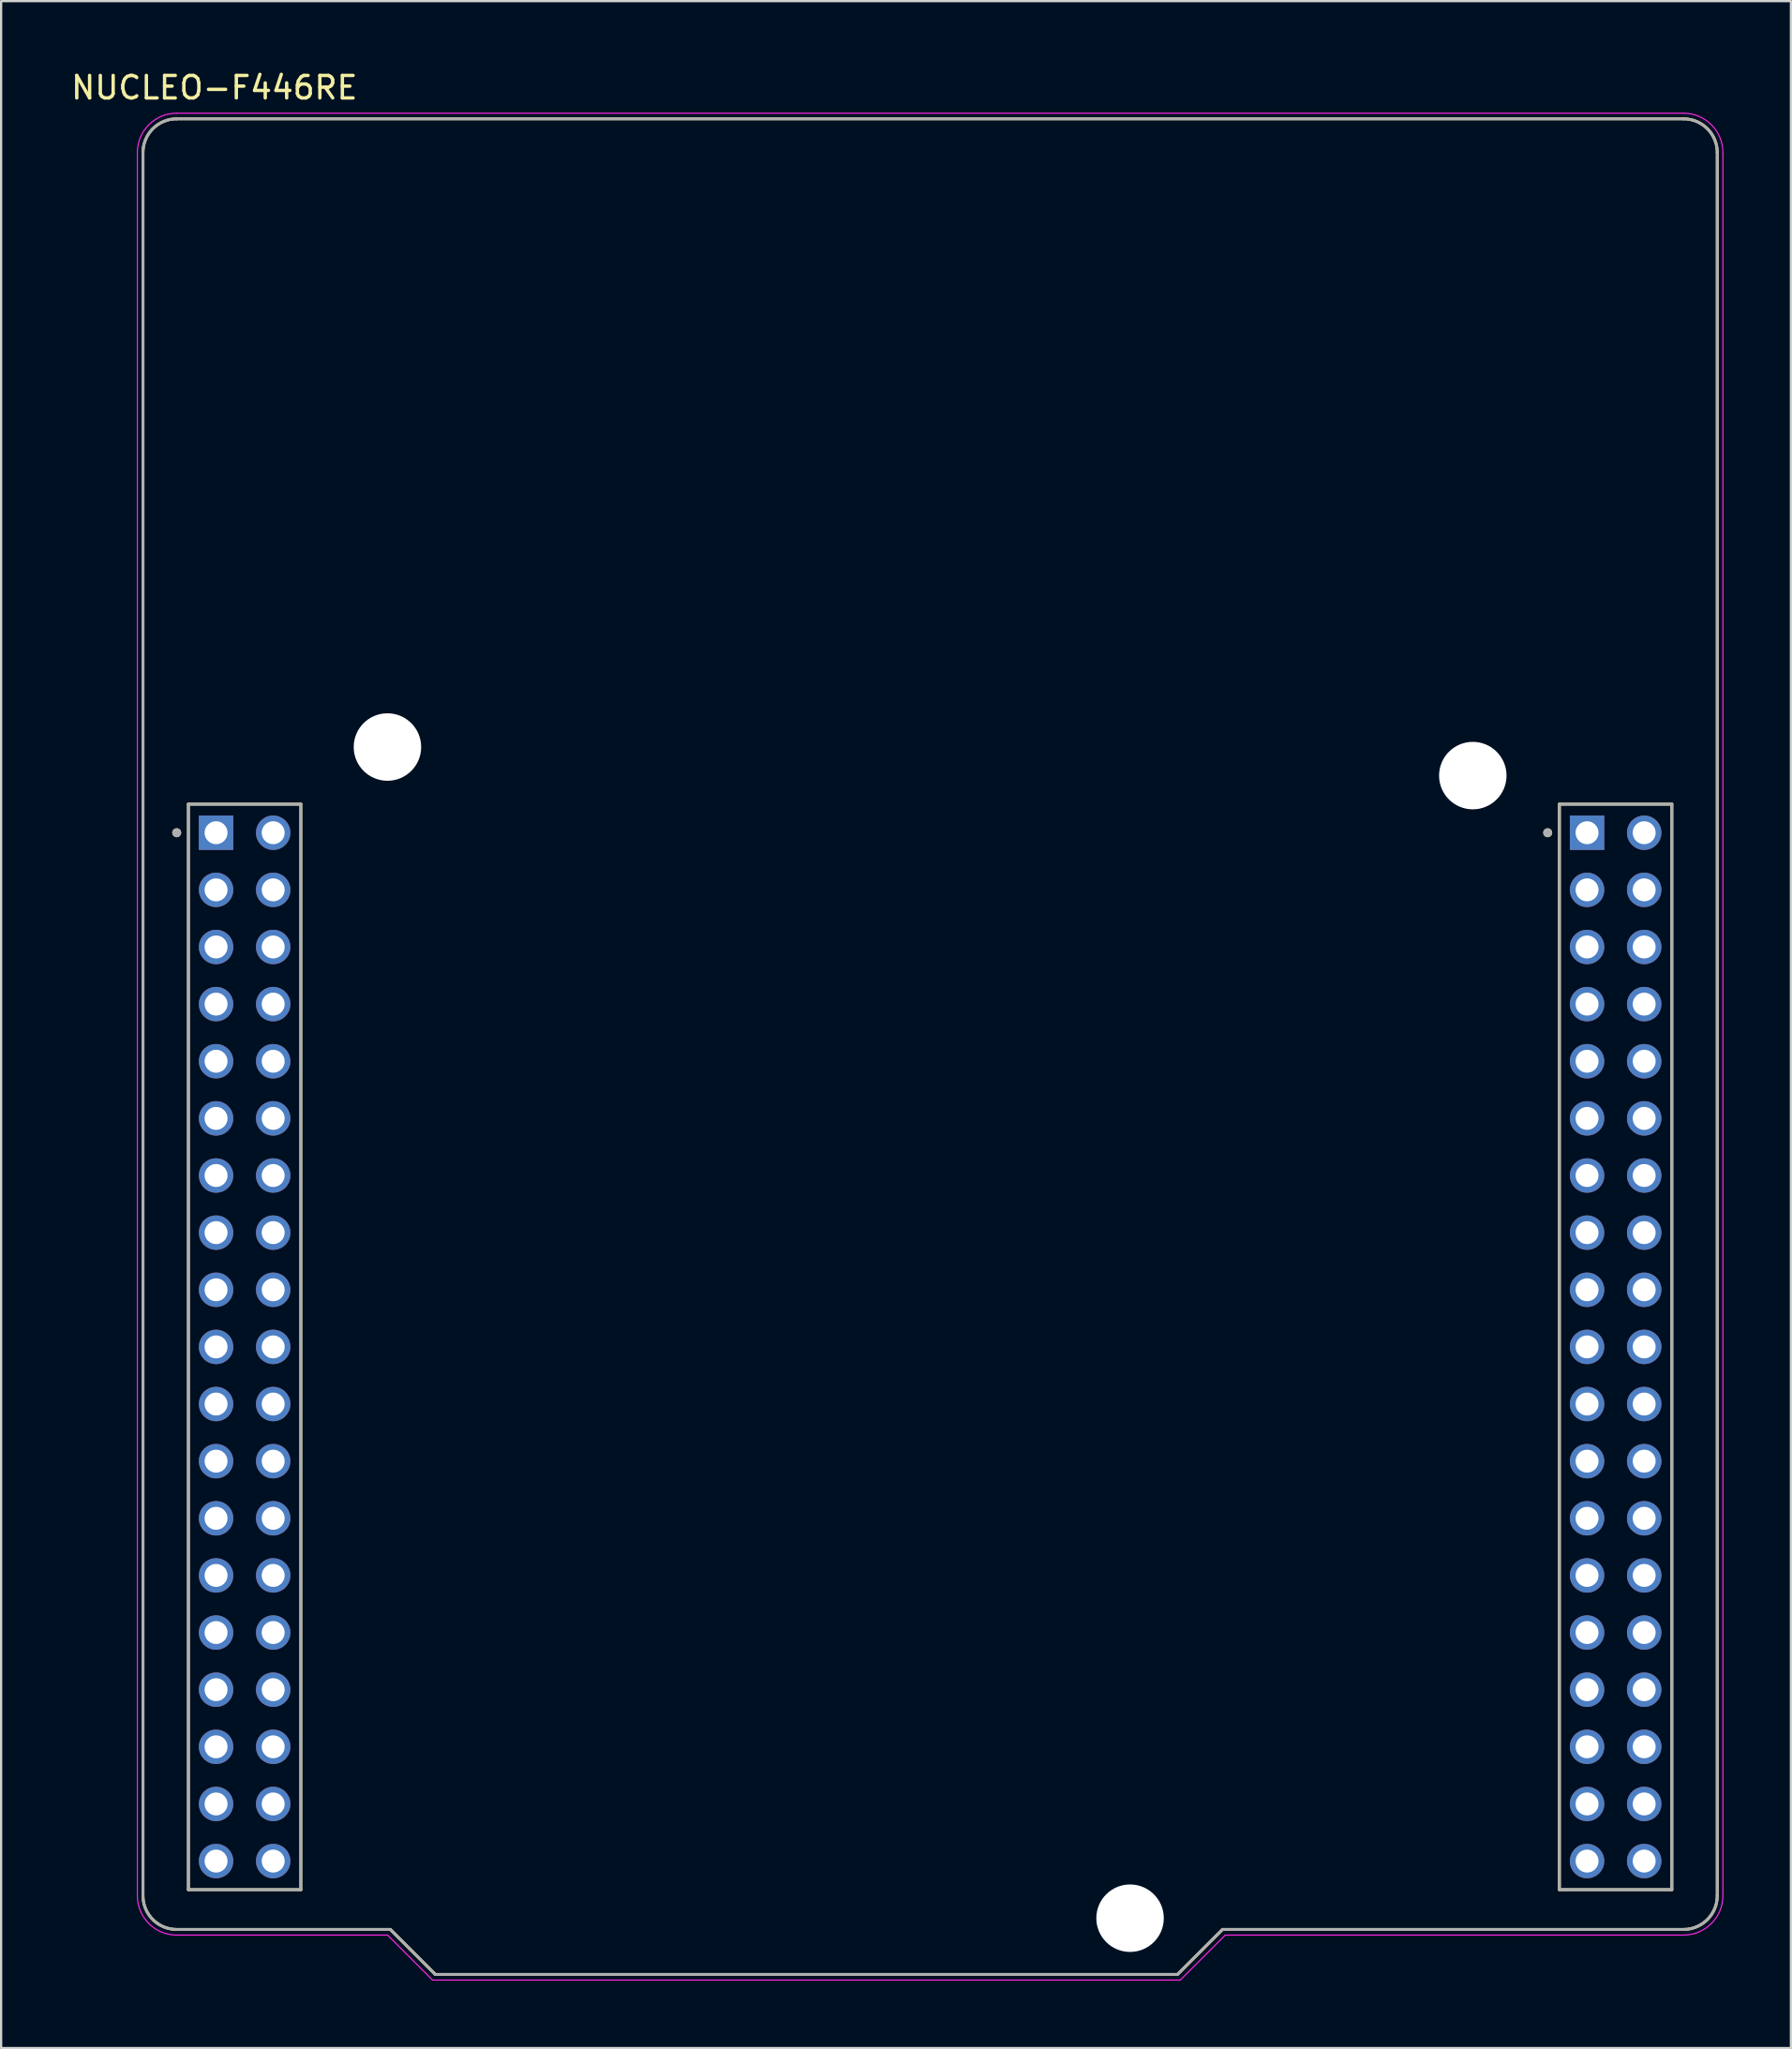
<source format=kicad_pcb>
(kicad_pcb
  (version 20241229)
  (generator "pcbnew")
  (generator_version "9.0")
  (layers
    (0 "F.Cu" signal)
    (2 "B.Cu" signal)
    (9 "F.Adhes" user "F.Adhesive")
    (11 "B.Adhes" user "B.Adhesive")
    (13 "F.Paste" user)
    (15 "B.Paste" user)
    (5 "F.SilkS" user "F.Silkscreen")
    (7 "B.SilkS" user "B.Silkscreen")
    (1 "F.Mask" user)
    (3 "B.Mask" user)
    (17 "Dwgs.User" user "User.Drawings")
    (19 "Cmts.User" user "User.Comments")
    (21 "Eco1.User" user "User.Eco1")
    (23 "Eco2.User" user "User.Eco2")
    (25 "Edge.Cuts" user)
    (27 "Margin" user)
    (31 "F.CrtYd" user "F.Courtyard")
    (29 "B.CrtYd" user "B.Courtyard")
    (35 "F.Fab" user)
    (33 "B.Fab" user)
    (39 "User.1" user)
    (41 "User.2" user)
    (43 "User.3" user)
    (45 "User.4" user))
  (footprint "NUCLEO-F446RE"
    (layer "F.Cu")
    (at 38.307 43.483)
    (property "Reference" "NUCLEO-F446RE" (at -31.825 -42.635 0) (layer "F.SilkS") (effects (font (size 1 1) (thickness 0.15))))
    (attr through_hole)
    (fp_line (start -35 37.75) (end -35 -39.75) (stroke (width 0.127) (type solid)) (layer "F.SilkS"))
    (fp_line (start -33.5 -41.25) (end 33.5 -41.25) (stroke (width 0.127) (type solid)) (layer "F.SilkS"))
    (fp_line (start -32.98 -10.78) (end -32.98 37.48) (stroke (width 0.127) (type solid)) (layer "F.SilkS"))
    (fp_line (start -32.98 37.48) (end -27.98 37.48) (stroke (width 0.127) (type solid)) (layer "F.SilkS"))
    (fp_line (start -27.98 -10.78) (end -32.98 -10.78) (stroke (width 0.127) (type solid)) (layer "F.SilkS"))
    (fp_line (start -27.98 37.48) (end -27.98 -10.78) (stroke (width 0.127) (type solid)) (layer "F.SilkS"))
    (fp_line (start -24 39.25) (end -33.5 39.25) (stroke (width 0.127) (type solid)) (layer "F.SilkS"))
    (fp_line (start -22 41.25) (end -24 39.25) (stroke (width 0.127) (type solid)) (layer "F.SilkS"))
    (fp_line (start 11 41.25) (end -22 41.25) (stroke (width 0.127) (type solid)) (layer "F.SilkS"))
    (fp_line (start 13 39.25) (end 11 41.25) (stroke (width 0.127) (type solid)) (layer "F.SilkS"))
    (fp_line (start 27.98 -10.78) (end 27.98 37.48) (stroke (width 0.127) (type solid)) (layer "F.SilkS"))
    (fp_line (start 27.98 37.48) (end 32.98 37.48) (stroke (width 0.127) (type solid)) (layer "F.SilkS"))
    (fp_line (start 32.98 -10.78) (end 27.98 -10.78) (stroke (width 0.127) (type solid)) (layer "F.SilkS"))
    (fp_line (start 32.98 37.48) (end 32.98 -10.78) (stroke (width 0.127) (type solid)) (layer "F.SilkS"))
    (fp_line (start 33.5 39.25) (end 13 39.25) (stroke (width 0.127) (type solid)) (layer "F.SilkS"))
    (fp_line (start 35 -39.75) (end 35 37.75) (stroke (width 0.127) (type solid)) (layer "F.SilkS"))
    (fp_arc (start -35 -39.75) (mid -34.56066 -40.81066) (end -33.5 -41.25) (stroke (width 0.127) (type solid)) (layer "F.SilkS"))
    (fp_arc (start -33.5 39.25) (mid -34.56066 38.81066) (end -35 37.75) (stroke (width 0.127) (type solid)) (layer "F.SilkS"))
    (fp_arc (start 33.5 -41.25) (mid 34.56066 -40.81066) (end 35 -39.75) (stroke (width 0.127) (type solid)) (layer "F.SilkS"))
    (fp_arc (start 35 37.75) (mid 34.56066 38.81066) (end 33.5 39.25) (stroke (width 0.127) (type solid)) (layer "F.SilkS"))
    (fp_circle (center -33.5 -9.51) (end -33.4 -9.51) (stroke (width 0.2) (type solid)) (fill no) (layer "F.SilkS"))
    (fp_circle (center 27.46 -9.51) (end 27.56 -9.51) (stroke (width 0.2) (type solid)) (fill no) (layer "F.SilkS"))
    (fp_line (start -35.25 37.75) (end -35.25 -39.75) (stroke (width 0.05) (type solid)) (layer "F.CrtYd"))
    (fp_line (start -33.5 -41.5) (end 33.5 -41.5) (stroke (width 0.05) (type solid)) (layer "F.CrtYd"))
    (fp_line (start -24.125 39.5) (end -33.5 39.5) (stroke (width 0.05) (type solid)) (layer "F.CrtYd"))
    (fp_line (start -22.125 41.5) (end -24.125 39.5) (stroke (width 0.05) (type solid)) (layer "F.CrtYd"))
    (fp_line (start 11.125 41.5) (end -22.125 41.5) (stroke (width 0.05) (type solid)) (layer "F.CrtYd"))
    (fp_line (start 13.125 39.5) (end 11.125 41.5) (stroke (width 0.05) (type solid)) (layer "F.CrtYd"))
    (fp_line (start 33.5 39.5) (end 13.125 39.5) (stroke (width 0.05) (type solid)) (layer "F.CrtYd"))
    (fp_line (start 35.25 -39.75) (end 35.25 37.75) (stroke (width 0.05) (type solid)) (layer "F.CrtYd"))
    (fp_arc (start -35.25 -39.75) (mid -34.737437 -40.987437) (end -33.5 -41.5) (stroke (width 0.05) (type solid)) (layer "F.CrtYd"))
    (fp_arc (start -33.5 39.5) (mid -34.737437 38.987437) (end -35.25 37.75) (stroke (width 0.05) (type solid)) (layer "F.CrtYd"))
    (fp_arc (start 33.5 -41.5) (mid 34.737437 -40.987437) (end 35.25 -39.75) (stroke (width 0.05) (type solid)) (layer "F.CrtYd"))
    (fp_arc (start 35.25 37.75) (mid 34.737437 38.987437) (end 33.5 39.5) (stroke (width 0.05) (type solid)) (layer "F.CrtYd"))
    (fp_line (start -35 37.75) (end -35 -39.75) (stroke (width 0.127) (type solid)) (layer "F.Fab"))
    (fp_line (start -33.5 -41.25) (end 33.5 -41.25) (stroke (width 0.127) (type solid)) (layer "F.Fab"))
    (fp_line (start -32.98 -10.78) (end -32.98 37.48) (stroke (width 0.127) (type solid)) (layer "F.Fab"))
    (fp_line (start -32.98 37.48) (end -27.98 37.48) (stroke (width 0.127) (type solid)) (layer "F.Fab"))
    (fp_line (start -27.98 -10.78) (end -32.98 -10.78) (stroke (width 0.127) (type solid)) (layer "F.Fab"))
    (fp_line (start -27.98 37.48) (end -27.98 -10.78) (stroke (width 0.127) (type solid)) (layer "F.Fab"))
    (fp_line (start -24 39.25) (end -33.5 39.25) (stroke (width 0.127) (type solid)) (layer "F.Fab"))
    (fp_line (start -22 41.25) (end -24 39.25) (stroke (width 0.127) (type solid)) (layer "F.Fab"))
    (fp_line (start 11 41.25) (end -22 41.25) (stroke (width 0.127) (type solid)) (layer "F.Fab"))
    (fp_line (start 13 39.25) (end 11 41.25) (stroke (width 0.127) (type solid)) (layer "F.Fab"))
    (fp_line (start 27.98 -10.78) (end 27.98 37.48) (stroke (width 0.127) (type solid)) (layer "F.Fab"))
    (fp_line (start 27.98 37.48) (end 32.98 37.48) (stroke (width 0.127) (type solid)) (layer "F.Fab"))
    (fp_line (start 32.98 -10.78) (end 27.98 -10.78) (stroke (width 0.127) (type solid)) (layer "F.Fab"))
    (fp_line (start 32.98 37.48) (end 32.98 -10.78) (stroke (width 0.127) (type solid)) (layer "F.Fab"))
    (fp_line (start 33.5 39.25) (end 13 39.25) (stroke (width 0.127) (type solid)) (layer "F.Fab"))
    (fp_line (start 35 -39.75) (end 35 37.75) (stroke (width 0.127) (type solid)) (layer "F.Fab"))
    (fp_arc (start -35 -39.75) (mid -34.56066 -40.81066) (end -33.5 -41.25) (stroke (width 0.127) (type solid)) (layer "F.Fab"))
    (fp_arc (start -33.5 39.25) (mid -34.56066 38.81066) (end -35 37.75) (stroke (width 0.127) (type solid)) (layer "F.Fab"))
    (fp_arc (start 33.5 -41.25) (mid 34.56066 -40.81066) (end 35 -39.75) (stroke (width 0.127) (type solid)) (layer "F.Fab"))
    (fp_arc (start 35 37.75) (mid 34.56066 38.81066) (end 33.5 39.25) (stroke (width 0.127) (type solid)) (layer "F.Fab"))
    (fp_circle (center -33.5 -9.51) (end -33.4 -9.51) (stroke (width 0.2) (type solid)) (fill no) (layer "F.Fab"))
    (fp_circle (center 27.46 -9.51) (end 27.56 -9.51) (stroke (width 0.2) (type solid)) (fill no) (layer "F.Fab"))
    (pad "" np_thru_hole circle (at -24.13 -13.32) (size 3 3) (drill 3) (layers "*.Cu" "*.Mask"))
    (pad "" np_thru_hole circle (at 8.89 38.75) (size 3 3) (drill 3) (layers "*.Cu" "*.Mask"))
    (pad "" np_thru_hole circle (at 24.13 -12.05) (size 3 3) (drill 3) (layers "*.Cu" "*.Mask"))
    (pad "CN7_1" thru_hole rect (at -31.75 -9.51) (size 1.53 1.53) (drill 1.02) (layers "*.Cu" "*.Mask"))
    (pad "CN7_2" thru_hole circle (at -29.21 -9.51) (size 1.53 1.53) (drill 1.02) (layers "*.Cu" "*.Mask"))
    (pad "CN7_3" thru_hole circle (at -31.75 -6.97) (size 1.53 1.53) (drill 1.02) (layers "*.Cu" "*.Mask"))
    (pad "CN7_4" thru_hole circle (at -29.21 -6.97) (size 1.53 1.53) (drill 1.02) (layers "*.Cu" "*.Mask"))
    (pad "CN7_5" thru_hole circle (at -31.75 -4.43) (size 1.53 1.53) (drill 1.02) (layers "*.Cu" "*.Mask"))
    (pad "CN7_6" thru_hole circle (at -29.21 -4.43) (size 1.53 1.53) (drill 1.02) (layers "*.Cu" "*.Mask"))
    (pad "CN7_7" thru_hole circle (at -31.75 -1.89) (size 1.53 1.53) (drill 1.02) (layers "*.Cu" "*.Mask"))
    (pad "CN7_8" thru_hole circle (at -29.21 -1.89) (size 1.53 1.53) (drill 1.02) (layers "*.Cu" "*.Mask"))
    (pad "CN7_9" thru_hole circle (at -31.75 0.65) (size 1.53 1.53) (drill 1.02) (layers "*.Cu" "*.Mask"))
    (pad "CN7_10" thru_hole circle (at -29.21 0.65) (size 1.53 1.53) (drill 1.02) (layers "*.Cu" "*.Mask"))
    (pad "CN7_11" thru_hole circle (at -31.75 3.19) (size 1.53 1.53) (drill 1.02) (layers "*.Cu" "*.Mask"))
    (pad "CN7_12" thru_hole circle (at -29.21 3.19) (size 1.53 1.53) (drill 1.02) (layers "*.Cu" "*.Mask"))
    (pad "CN7_13" thru_hole circle (at -31.75 5.73) (size 1.53 1.53) (drill 1.02) (layers "*.Cu" "*.Mask"))
    (pad "CN7_14" thru_hole circle (at -29.21 5.73) (size 1.53 1.53) (drill 1.02) (layers "*.Cu" "*.Mask"))
    (pad "CN7_15" thru_hole circle (at -31.75 8.27) (size 1.53 1.53) (drill 1.02) (layers "*.Cu" "*.Mask"))
    (pad "CN7_16" thru_hole circle (at -29.21 8.27) (size 1.53 1.53) (drill 1.02) (layers "*.Cu" "*.Mask"))
    (pad "CN7_17" thru_hole circle (at -31.75 10.81) (size 1.53 1.53) (drill 1.02) (layers "*.Cu" "*.Mask"))
    (pad "CN7_18" thru_hole circle (at -29.21 10.81) (size 1.53 1.53) (drill 1.02) (layers "*.Cu" "*.Mask"))
    (pad "CN7_19" thru_hole circle (at -31.75 13.35) (size 1.53 1.53) (drill 1.02) (layers "*.Cu" "*.Mask"))
    (pad "CN7_20" thru_hole circle (at -29.21 13.35) (size 1.53 1.53) (drill 1.02) (layers "*.Cu" "*.Mask"))
    (pad "CN7_21" thru_hole circle (at -31.75 15.89) (size 1.53 1.53) (drill 1.02) (layers "*.Cu" "*.Mask"))
    (pad "CN7_22" thru_hole circle (at -29.21 15.89) (size 1.53 1.53) (drill 1.02) (layers "*.Cu" "*.Mask"))
    (pad "CN7_23" thru_hole circle (at -31.75 18.43) (size 1.53 1.53) (drill 1.02) (layers "*.Cu" "*.Mask"))
    (pad "CN7_24" thru_hole circle (at -29.21 18.43) (size 1.53 1.53) (drill 1.02) (layers "*.Cu" "*.Mask"))
    (pad "CN7_25" thru_hole circle (at -31.75 20.97) (size 1.53 1.53) (drill 1.02) (layers "*.Cu" "*.Mask"))
    (pad "CN7_26" thru_hole circle (at -29.21 20.97) (size 1.53 1.53) (drill 1.02) (layers "*.Cu" "*.Mask"))
    (pad "CN7_27" thru_hole circle (at -31.75 23.51) (size 1.53 1.53) (drill 1.02) (layers "*.Cu" "*.Mask"))
    (pad "CN7_28" thru_hole circle (at -29.21 23.51) (size 1.53 1.53) (drill 1.02) (layers "*.Cu" "*.Mask"))
    (pad "CN7_29" thru_hole circle (at -31.75 26.05) (size 1.53 1.53) (drill 1.02) (layers "*.Cu" "*.Mask"))
    (pad "CN7_30" thru_hole circle (at -29.21 26.05) (size 1.53 1.53) (drill 1.02) (layers "*.Cu" "*.Mask"))
    (pad "CN7_31" thru_hole circle (at -31.75 28.59) (size 1.53 1.53) (drill 1.02) (layers "*.Cu" "*.Mask"))
    (pad "CN7_32" thru_hole circle (at -29.21 28.59) (size 1.53 1.53) (drill 1.02) (layers "*.Cu" "*.Mask"))
    (pad "CN7_33" thru_hole circle (at -31.75 31.13) (size 1.53 1.53) (drill 1.02) (layers "*.Cu" "*.Mask"))
    (pad "CN7_34" thru_hole circle (at -29.21 31.13) (size 1.53 1.53) (drill 1.02) (layers "*.Cu" "*.Mask"))
    (pad "CN7_35" thru_hole circle (at -31.75 33.67) (size 1.53 1.53) (drill 1.02) (layers "*.Cu" "*.Mask"))
    (pad "CN7_36" thru_hole circle (at -29.21 33.67) (size 1.53 1.53) (drill 1.02) (layers "*.Cu" "*.Mask"))
    (pad "CN7_37" thru_hole circle (at -31.75 36.21) (size 1.53 1.53) (drill 1.02) (layers "*.Cu" "*.Mask"))
    (pad "CN7_38" thru_hole circle (at -29.21 36.21) (size 1.53 1.53) (drill 1.02) (layers "*.Cu" "*.Mask"))
    (pad "CN10_1" thru_hole rect (at 29.21 -9.51) (size 1.53 1.53) (drill 1.02) (layers "*.Cu" "*.Mask"))
    (pad "CN10_2" thru_hole circle (at 31.75 -9.51) (size 1.53 1.53) (drill 1.02) (layers "*.Cu" "*.Mask"))
    (pad "CN10_3" thru_hole circle (at 29.21 -6.97) (size 1.53 1.53) (drill 1.02) (layers "*.Cu" "*.Mask"))
    (pad "CN10_4" thru_hole circle (at 31.75 -6.97) (size 1.53 1.53) (drill 1.02) (layers "*.Cu" "*.Mask"))
    (pad "CN10_5" thru_hole circle (at 29.21 -4.43) (size 1.53 1.53) (drill 1.02) (layers "*.Cu" "*.Mask"))
    (pad "CN10_6" thru_hole circle (at 31.75 -4.43) (size 1.53 1.53) (drill 1.02) (layers "*.Cu" "*.Mask"))
    (pad "CN10_7" thru_hole circle (at 29.21 -1.89) (size 1.53 1.53) (drill 1.02) (layers "*.Cu" "*.Mask"))
    (pad "CN10_8" thru_hole circle (at 31.75 -1.89) (size 1.53 1.53) (drill 1.02) (layers "*.Cu" "*.Mask"))
    (pad "CN10_9" thru_hole circle (at 29.21 0.65) (size 1.53 1.53) (drill 1.02) (layers "*.Cu" "*.Mask"))
    (pad "CN10_10" thru_hole circle (at 31.75 0.65) (size 1.53 1.53) (drill 1.02) (layers "*.Cu" "*.Mask"))
    (pad "CN10_11" thru_hole circle (at 29.21 3.19) (size 1.53 1.53) (drill 1.02) (layers "*.Cu" "*.Mask"))
    (pad "CN10_12" thru_hole circle (at 31.75 3.19) (size 1.53 1.53) (drill 1.02) (layers "*.Cu" "*.Mask"))
    (pad "CN10_13" thru_hole circle (at 29.21 5.73) (size 1.53 1.53) (drill 1.02) (layers "*.Cu" "*.Mask"))
    (pad "CN10_14" thru_hole circle (at 31.75 5.73) (size 1.53 1.53) (drill 1.02) (layers "*.Cu" "*.Mask"))
    (pad "CN10_15" thru_hole circle (at 29.21 8.27) (size 1.53 1.53) (drill 1.02) (layers "*.Cu" "*.Mask"))
    (pad "CN10_16" thru_hole circle (at 31.75 8.27) (size 1.53 1.53) (drill 1.02) (layers "*.Cu" "*.Mask"))
    (pad "CN10_17" thru_hole circle (at 29.21 10.81) (size 1.53 1.53) (drill 1.02) (layers "*.Cu" "*.Mask"))
    (pad "CN10_18" thru_hole circle (at 31.75 10.81) (size 1.53 1.53) (drill 1.02) (layers "*.Cu" "*.Mask"))
    (pad "CN10_19" thru_hole circle (at 29.21 13.35) (size 1.53 1.53) (drill 1.02) (layers "*.Cu" "*.Mask"))
    (pad "CN10_20" thru_hole circle (at 31.75 13.35) (size 1.53 1.53) (drill 1.02) (layers "*.Cu" "*.Mask"))
    (pad "CN10_21" thru_hole circle (at 29.21 15.89) (size 1.53 1.53) (drill 1.02) (layers "*.Cu" "*.Mask"))
    (pad "CN10_22" thru_hole circle (at 31.75 15.89) (size 1.53 1.53) (drill 1.02) (layers "*.Cu" "*.Mask"))
    (pad "CN10_23" thru_hole circle (at 29.21 18.43) (size 1.53 1.53) (drill 1.02) (layers "*.Cu" "*.Mask"))
    (pad "CN10_24" thru_hole circle (at 31.75 18.43) (size 1.53 1.53) (drill 1.02) (layers "*.Cu" "*.Mask"))
    (pad "CN10_25" thru_hole circle (at 29.21 20.97) (size 1.53 1.53) (drill 1.02) (layers "*.Cu" "*.Mask"))
    (pad "CN10_26" thru_hole circle (at 31.75 20.97) (size 1.53 1.53) (drill 1.02) (layers "*.Cu" "*.Mask"))
    (pad "CN10_27" thru_hole circle (at 29.21 23.51) (size 1.53 1.53) (drill 1.02) (layers "*.Cu" "*.Mask"))
    (pad "CN10_28" thru_hole circle (at 31.75 23.51) (size 1.53 1.53) (drill 1.02) (layers "*.Cu" "*.Mask"))
    (pad "CN10_29" thru_hole circle (at 29.21 26.05) (size 1.53 1.53) (drill 1.02) (layers "*.Cu" "*.Mask"))
    (pad "CN10_30" thru_hole circle (at 31.75 26.05) (size 1.53 1.53) (drill 1.02) (layers "*.Cu" "*.Mask"))
    (pad "CN10_31" thru_hole circle (at 29.21 28.59) (size 1.53 1.53) (drill 1.02) (layers "*.Cu" "*.Mask"))
    (pad "CN10_32" thru_hole circle (at 31.75 28.59) (size 1.53 1.53) (drill 1.02) (layers "*.Cu" "*.Mask"))
    (pad "CN10_33" thru_hole circle (at 29.21 31.13) (size 1.53 1.53) (drill 1.02) (layers "*.Cu" "*.Mask"))
    (pad "CN10_34" thru_hole circle (at 31.75 31.13) (size 1.53 1.53) (drill 1.02) (layers "*.Cu" "*.Mask"))
    (pad "CN10_35" thru_hole circle (at 29.21 33.67) (size 1.53 1.53) (drill 1.02) (layers "*.Cu" "*.Mask"))
    (pad "CN10_36" thru_hole circle (at 31.75 33.67) (size 1.53 1.53) (drill 1.02) (layers "*.Cu" "*.Mask"))
    (pad "CN10_37" thru_hole circle (at 29.21 36.21) (size 1.53 1.53) (drill 1.02) (layers "*.Cu" "*.Mask"))
    (pad "CN10_38" thru_hole circle (at 31.75 36.21) (size 1.53 1.53) (drill 1.02) (layers "*.Cu" "*.Mask")))
  (gr_rect
    (start -3 -3)
    (end 76.582 88.008)
    (stroke (width 0.1) (type default))
    (fill no)
    (layer "Edge.Cuts")))
</source>
